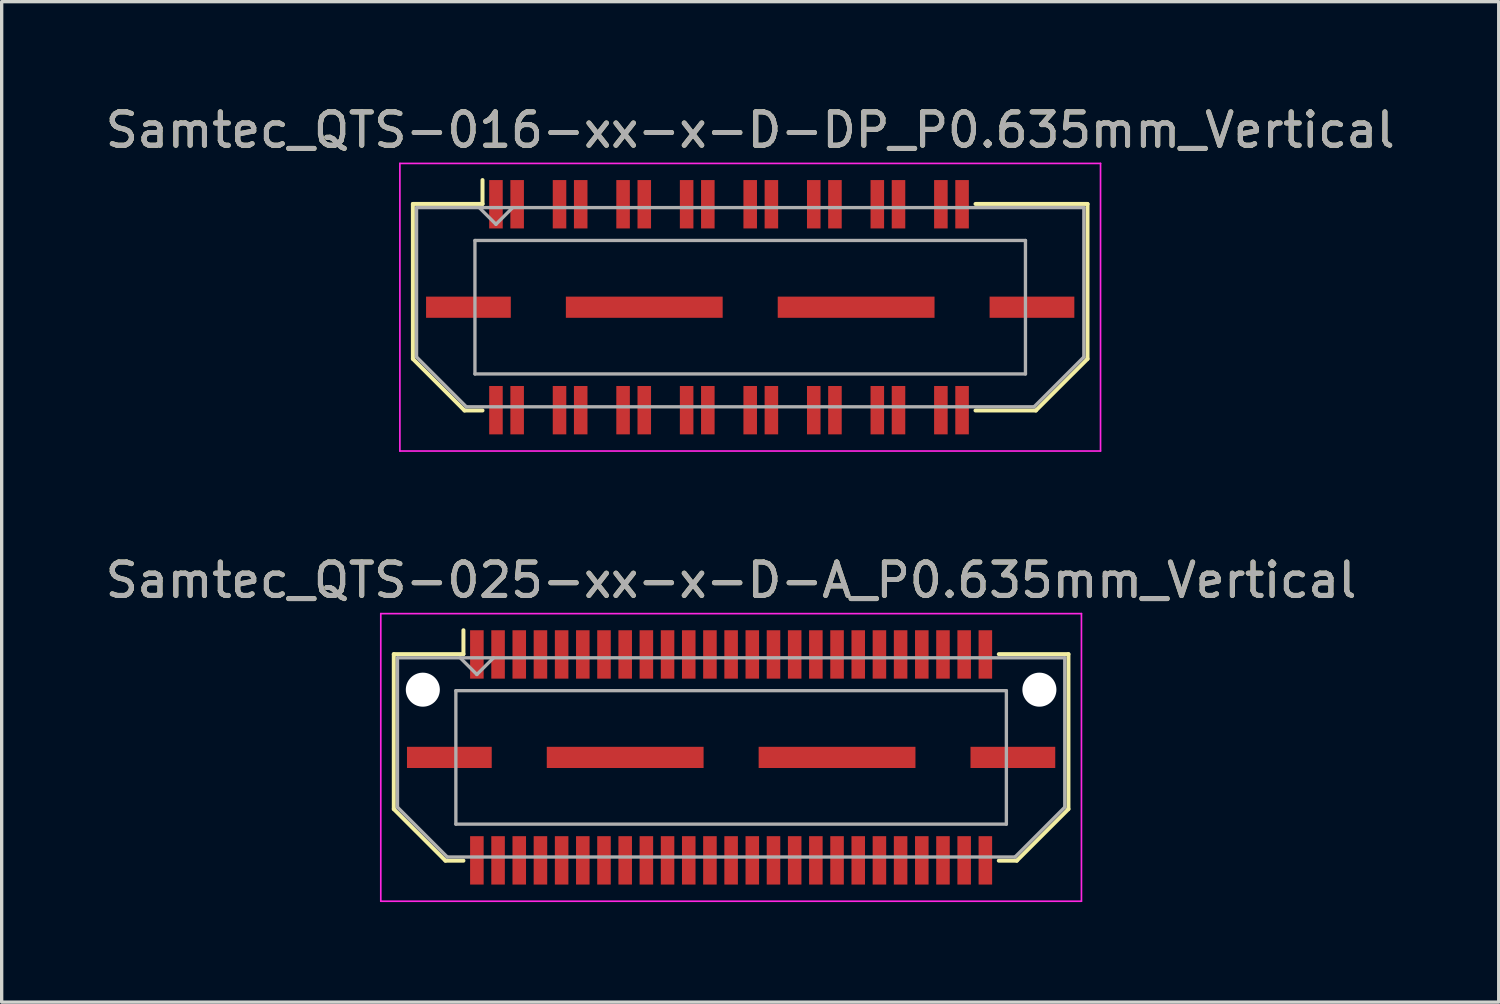
<source format=kicad_pcb>
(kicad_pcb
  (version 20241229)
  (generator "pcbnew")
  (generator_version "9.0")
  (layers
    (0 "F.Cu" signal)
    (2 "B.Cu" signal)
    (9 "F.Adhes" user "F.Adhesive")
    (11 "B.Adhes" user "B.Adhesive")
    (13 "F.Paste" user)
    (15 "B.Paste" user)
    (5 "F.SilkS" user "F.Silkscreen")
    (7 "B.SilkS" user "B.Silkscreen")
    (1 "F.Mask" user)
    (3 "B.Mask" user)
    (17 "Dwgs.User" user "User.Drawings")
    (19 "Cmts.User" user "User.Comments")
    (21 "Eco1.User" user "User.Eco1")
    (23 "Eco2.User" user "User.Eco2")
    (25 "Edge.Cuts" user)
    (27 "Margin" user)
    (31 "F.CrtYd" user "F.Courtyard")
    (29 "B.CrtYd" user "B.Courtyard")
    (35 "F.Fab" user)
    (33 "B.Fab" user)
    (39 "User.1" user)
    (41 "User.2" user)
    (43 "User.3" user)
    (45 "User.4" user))
  (footprint "Samtec_QTS-016-xx-x-D-DP_P0.635mm_Vertical"
    (layer "F.Cu")
    (at 19.435 6.158)
    (property "Reference" "Samtec_QTS-016-xx-x-D-DP_P0.635mm_Vertical" (at 0 -5.31 0) (layer "F.SilkS") (effects (font (size 1 1) (thickness 0.15))))
    (attr smd)
    (fp_line (start -10.11 -3.095) (end -10.11 1.548) (stroke (width 0.12) (type solid)) (layer "F.SilkS"))
    (fp_line (start -10.11 1.548) (end -8.562 3.095) (stroke (width 0.12) (type solid)) (layer "F.SilkS"))
    (fp_line (start -8.562 3.095) (end -8.023 3.095) (stroke (width 0.12) (type solid)) (layer "F.SilkS"))
    (fp_line (start -8.023 -3.811) (end -8.023 -3.095) (stroke (width 0.12) (type solid)) (layer "F.SilkS"))
    (fp_line (start -8.023 -3.095) (end -10.11 -3.095) (stroke (width 0.12) (type solid)) (layer "F.SilkS"))
    (fp_line (start 6.753 -3.095) (end 10.11 -3.095) (stroke (width 0.12) (type solid)) (layer "F.SilkS"))
    (fp_line (start 8.562 3.095) (end 6.753 3.095) (stroke (width 0.12) (type solid)) (layer "F.SilkS"))
    (fp_line (start 10.11 -3.095) (end 10.11 1.548) (stroke (width 0.12) (type solid)) (layer "F.SilkS"))
    (fp_line (start 10.11 1.548) (end 8.562 3.095) (stroke (width 0.12) (type solid)) (layer "F.SilkS"))
    (fp_line (start -10.5 -4.31) (end -10.5 4.31) (stroke (width 0.05) (type solid)) (layer "F.CrtYd"))
    (fp_line (start -10.5 4.31) (end 10.5 4.31) (stroke (width 0.05) (type solid)) (layer "F.CrtYd"))
    (fp_line (start 10.5 -4.31) (end -10.5 -4.31) (stroke (width 0.05) (type solid)) (layer "F.CrtYd"))
    (fp_line (start 10.5 4.31) (end 10.5 -4.31) (stroke (width 0.05) (type solid)) (layer "F.CrtYd"))
    (fp_line (start -10 -2.985) (end -10 1.492) (stroke (width 0.1) (type solid)) (layer "F.Fab"))
    (fp_line (start -10 -2.985) (end 10 -2.985) (stroke (width 0.1) (type solid)) (layer "F.Fab"))
    (fp_line (start -10 1.492) (end -8.508 2.985) (stroke (width 0.1) (type solid)) (layer "F.Fab"))
    (fp_line (start -8.508 2.985) (end 8.508 2.985) (stroke (width 0.1) (type solid)) (layer "F.Fab"))
    (fp_line (start -8.25 -2) (end -8.25 2) (stroke (width 0.1) (type solid)) (layer "F.Fab"))
    (fp_line (start -8.25 2) (end 8.25 2) (stroke (width 0.1) (type solid)) (layer "F.Fab"))
    (fp_line (start -7.62 -2.485) (end -8.12 -2.985) (stroke (width 0.1) (type solid)) (layer "F.Fab"))
    (fp_line (start -7.12 -2.985) (end -7.62 -2.485) (stroke (width 0.1) (type solid)) (layer "F.Fab"))
    (fp_line (start 8.25 -2) (end -8.25 -2) (stroke (width 0.1) (type solid)) (layer "F.Fab"))
    (fp_line (start 8.25 2) (end 8.25 -2) (stroke (width 0.1) (type solid)) (layer "F.Fab"))
    (fp_line (start 10 -2.985) (end 10 1.492) (stroke (width 0.1) (type solid)) (layer "F.Fab"))
    (fp_line (start 10 1.492) (end 8.508 2.985) (stroke (width 0.1) (type solid)) (layer "F.Fab"))
    (fp_text user "${REFERENCE}" (at 0 -5.31 0) (layer "F.Fab") (effects (font (size 1 1) (thickness 0.15))))
    (pad "1" smd rect (at -7.62 -3.086) (size 0.406 1.45) (layers "F.Cu" "F.Mask" "F.Paste"))
    (pad "2" smd rect (at -7.62 3.086) (size 0.406 1.45) (layers "F.Cu" "F.Mask" "F.Paste"))
    (pad "3" smd rect (at -6.985 -3.086) (size 0.406 1.45) (layers "F.Cu" "F.Mask" "F.Paste"))
    (pad "4" smd rect (at -6.985 3.086) (size 0.406 1.45) (layers "F.Cu" "F.Mask" "F.Paste"))
    (pad "5" smd rect (at -5.715 -3.086) (size 0.406 1.45) (layers "F.Cu" "F.Mask" "F.Paste"))
    (pad "6" smd rect (at -5.715 3.086) (size 0.406 1.45) (layers "F.Cu" "F.Mask" "F.Paste"))
    (pad "7" smd rect (at -5.08 -3.086) (size 0.406 1.45) (layers "F.Cu" "F.Mask" "F.Paste"))
    (pad "8" smd rect (at -5.08 3.086) (size 0.406 1.45) (layers "F.Cu" "F.Mask" "F.Paste"))
    (pad "9" smd rect (at -3.81 -3.086) (size 0.406 1.45) (layers "F.Cu" "F.Mask" "F.Paste"))
    (pad "10" smd rect (at -3.81 3.086) (size 0.406 1.45) (layers "F.Cu" "F.Mask" "F.Paste"))
    (pad "11" smd rect (at -3.175 -3.086) (size 0.406 1.45) (layers "F.Cu" "F.Mask" "F.Paste"))
    (pad "12" smd rect (at -3.175 3.086) (size 0.406 1.45) (layers "F.Cu" "F.Mask" "F.Paste"))
    (pad "13" smd rect (at -1.905 -3.086) (size 0.406 1.45) (layers "F.Cu" "F.Mask" "F.Paste"))
    (pad "14" smd rect (at -1.905 3.086) (size 0.406 1.45) (layers "F.Cu" "F.Mask" "F.Paste"))
    (pad "15" smd rect (at -1.27 -3.086) (size 0.406 1.45) (layers "F.Cu" "F.Mask" "F.Paste"))
    (pad "16" smd rect (at -1.27 3.086) (size 0.406 1.45) (layers "F.Cu" "F.Mask" "F.Paste"))
    (pad "17" smd rect (at 0 -3.086) (size 0.406 1.45) (layers "F.Cu" "F.Mask" "F.Paste"))
    (pad "18" smd rect (at 0 3.086) (size 0.406 1.45) (layers "F.Cu" "F.Mask" "F.Paste"))
    (pad "19" smd rect (at 0.635 -3.086) (size 0.406 1.45) (layers "F.Cu" "F.Mask" "F.Paste"))
    (pad "20" smd rect (at 0.635 3.086) (size 0.406 1.45) (layers "F.Cu" "F.Mask" "F.Paste"))
    (pad "21" smd rect (at 1.905 -3.086) (size 0.406 1.45) (layers "F.Cu" "F.Mask" "F.Paste"))
    (pad "22" smd rect (at 1.905 3.086) (size 0.406 1.45) (layers "F.Cu" "F.Mask" "F.Paste"))
    (pad "23" smd rect (at 2.54 -3.086) (size 0.406 1.45) (layers "F.Cu" "F.Mask" "F.Paste"))
    (pad "24" smd rect (at 2.54 3.086) (size 0.406 1.45) (layers "F.Cu" "F.Mask" "F.Paste"))
    (pad "25" smd rect (at 3.81 -3.086) (size 0.406 1.45) (layers "F.Cu" "F.Mask" "F.Paste"))
    (pad "26" smd rect (at 3.81 3.086) (size 0.406 1.45) (layers "F.Cu" "F.Mask" "F.Paste"))
    (pad "27" smd rect (at 4.445 -3.086) (size 0.406 1.45) (layers "F.Cu" "F.Mask" "F.Paste"))
    (pad "28" smd rect (at 4.445 3.086) (size 0.406 1.45) (layers "F.Cu" "F.Mask" "F.Paste"))
    (pad "29" smd rect (at 5.715 -3.086) (size 0.406 1.45) (layers "F.Cu" "F.Mask" "F.Paste"))
    (pad "30" smd rect (at 5.715 3.086) (size 0.406 1.45) (layers "F.Cu" "F.Mask" "F.Paste"))
    (pad "31" smd rect (at 6.35 -3.086) (size 0.406 1.45) (layers "F.Cu" "F.Mask" "F.Paste"))
    (pad "32" smd rect (at 6.35 3.086) (size 0.406 1.45) (layers "F.Cu" "F.Mask" "F.Paste"))
    (pad "P1" smd rect (at -8.445 0) (size 2.54 0.635) (layers "F.Cu" "F.Mask" "F.Paste"))
    (pad "P1" smd rect (at -3.175 0) (size 4.7 0.635) (layers "F.Cu" "F.Mask" "F.Paste"))
    (pad "P1" smd rect (at 3.175 0) (size 4.7 0.635) (layers "F.Cu" "F.Mask" "F.Paste"))
    (pad "P1" smd rect (at 8.445 0) (size 2.54 0.635) (layers "F.Cu" "F.Mask" "F.Paste")))
  (footprint "Samtec_QTS-025-xx-x-D-A_P0.635mm_Vertical"
    (layer "F.Cu")
    (at 18.863 19.651)
    (property "Reference" "Samtec_QTS-025-xx-x-D-A_P0.635mm_Vertical" (at 0 -5.31 0) (layer "F.SilkS") (effects (font (size 1 1) (thickness 0.15))))
    (attr smd)
    (fp_line (start -10.11 -3.095) (end -10.11 1.548) (stroke (width 0.12) (type solid)) (layer "F.SilkS"))
    (fp_line (start -10.11 1.548) (end -8.562 3.095) (stroke (width 0.12) (type solid)) (layer "F.SilkS"))
    (fp_line (start -8.562 3.095) (end -8.023 3.095) (stroke (width 0.12) (type solid)) (layer "F.SilkS"))
    (fp_line (start -8.023 -3.811) (end -8.023 -3.095) (stroke (width 0.12) (type solid)) (layer "F.SilkS"))
    (fp_line (start -8.023 -3.095) (end -10.11 -3.095) (stroke (width 0.12) (type solid)) (layer "F.SilkS"))
    (fp_line (start 8.023 -3.095) (end 10.11 -3.095) (stroke (width 0.12) (type solid)) (layer "F.SilkS"))
    (fp_line (start 8.562 3.095) (end 8.023 3.095) (stroke (width 0.12) (type solid)) (layer "F.SilkS"))
    (fp_line (start 10.11 -3.095) (end 10.11 1.548) (stroke (width 0.12) (type solid)) (layer "F.SilkS"))
    (fp_line (start 10.11 1.548) (end 8.562 3.095) (stroke (width 0.12) (type solid)) (layer "F.SilkS"))
    (fp_line (start -10.5 -4.31) (end -10.5 4.31) (stroke (width 0.05) (type solid)) (layer "F.CrtYd"))
    (fp_line (start -10.5 4.31) (end 10.5 4.31) (stroke (width 0.05) (type solid)) (layer "F.CrtYd"))
    (fp_line (start 10.5 -4.31) (end -10.5 -4.31) (stroke (width 0.05) (type solid)) (layer "F.CrtYd"))
    (fp_line (start 10.5 4.31) (end 10.5 -4.31) (stroke (width 0.05) (type solid)) (layer "F.CrtYd"))
    (fp_line (start -10 -2.985) (end -10 1.492) (stroke (width 0.1) (type solid)) (layer "F.Fab"))
    (fp_line (start -10 -2.985) (end 10 -2.985) (stroke (width 0.1) (type solid)) (layer "F.Fab"))
    (fp_line (start -10 1.492) (end -8.508 2.985) (stroke (width 0.1) (type solid)) (layer "F.Fab"))
    (fp_line (start -8.508 2.985) (end 8.508 2.985) (stroke (width 0.1) (type solid)) (layer "F.Fab"))
    (fp_line (start -8.25 -2) (end -8.25 2) (stroke (width 0.1) (type solid)) (layer "F.Fab"))
    (fp_line (start -8.25 2) (end 8.25 2) (stroke (width 0.1) (type solid)) (layer "F.Fab"))
    (fp_line (start -7.62 -2.485) (end -8.12 -2.985) (stroke (width 0.1) (type solid)) (layer "F.Fab"))
    (fp_line (start -7.12 -2.985) (end -7.62 -2.485) (stroke (width 0.1) (type solid)) (layer "F.Fab"))
    (fp_line (start 8.25 -2) (end -8.25 -2) (stroke (width 0.1) (type solid)) (layer "F.Fab"))
    (fp_line (start 8.25 2) (end 8.25 -2) (stroke (width 0.1) (type solid)) (layer "F.Fab"))
    (fp_line (start 10 -2.985) (end 10 1.492) (stroke (width 0.1) (type solid)) (layer "F.Fab"))
    (fp_line (start 10 1.492) (end 8.508 2.985) (stroke (width 0.1) (type solid)) (layer "F.Fab"))
    (fp_text user "${REFERENCE}" (at 0 -5.31 0) (layer "F.Fab") (effects (font (size 1 1) (thickness 0.15))))
    (pad "" np_thru_hole circle (at -9.24 -2.03) (size 1.02 1.02) (drill 1.02) (layers "*.Cu" "*.Mask"))
    (pad "" np_thru_hole circle (at 9.24 -2.03) (size 1.02 1.02) (drill 1.02) (layers "*.Cu" "*.Mask"))
    (pad "1" smd rect (at -7.62 -3.086) (size 0.406 1.45) (layers "F.Cu" "F.Mask" "F.Paste"))
    (pad "2" smd rect (at -7.62 3.086) (size 0.406 1.45) (layers "F.Cu" "F.Mask" "F.Paste"))
    (pad "3" smd rect (at -6.985 -3.086) (size 0.406 1.45) (layers "F.Cu" "F.Mask" "F.Paste"))
    (pad "4" smd rect (at -6.985 3.086) (size 0.406 1.45) (layers "F.Cu" "F.Mask" "F.Paste"))
    (pad "5" smd rect (at -6.35 -3.086) (size 0.406 1.45) (layers "F.Cu" "F.Mask" "F.Paste"))
    (pad "6" smd rect (at -6.35 3.086) (size 0.406 1.45) (layers "F.Cu" "F.Mask" "F.Paste"))
    (pad "7" smd rect (at -5.715 -3.086) (size 0.406 1.45) (layers "F.Cu" "F.Mask" "F.Paste"))
    (pad "8" smd rect (at -5.715 3.086) (size 0.406 1.45) (layers "F.Cu" "F.Mask" "F.Paste"))
    (pad "9" smd rect (at -5.08 -3.086) (size 0.406 1.45) (layers "F.Cu" "F.Mask" "F.Paste"))
    (pad "10" smd rect (at -5.08 3.086) (size 0.406 1.45) (layers "F.Cu" "F.Mask" "F.Paste"))
    (pad "11" smd rect (at -4.445 -3.086) (size 0.406 1.45) (layers "F.Cu" "F.Mask" "F.Paste"))
    (pad "12" smd rect (at -4.445 3.086) (size 0.406 1.45) (layers "F.Cu" "F.Mask" "F.Paste"))
    (pad "13" smd rect (at -3.81 -3.086) (size 0.406 1.45) (layers "F.Cu" "F.Mask" "F.Paste"))
    (pad "14" smd rect (at -3.81 3.086) (size 0.406 1.45) (layers "F.Cu" "F.Mask" "F.Paste"))
    (pad "15" smd rect (at -3.175 -3.086) (size 0.406 1.45) (layers "F.Cu" "F.Mask" "F.Paste"))
    (pad "16" smd rect (at -3.175 3.086) (size 0.406 1.45) (layers "F.Cu" "F.Mask" "F.Paste"))
    (pad "17" smd rect (at -2.54 -3.086) (size 0.406 1.45) (layers "F.Cu" "F.Mask" "F.Paste"))
    (pad "18" smd rect (at -2.54 3.086) (size 0.406 1.45) (layers "F.Cu" "F.Mask" "F.Paste"))
    (pad "19" smd rect (at -1.905 -3.086) (size 0.406 1.45) (layers "F.Cu" "F.Mask" "F.Paste"))
    (pad "20" smd rect (at -1.905 3.086) (size 0.406 1.45) (layers "F.Cu" "F.Mask" "F.Paste"))
    (pad "21" smd rect (at -1.27 -3.086) (size 0.406 1.45) (layers "F.Cu" "F.Mask" "F.Paste"))
    (pad "22" smd rect (at -1.27 3.086) (size 0.406 1.45) (layers "F.Cu" "F.Mask" "F.Paste"))
    (pad "23" smd rect (at -0.635 -3.086) (size 0.406 1.45) (layers "F.Cu" "F.Mask" "F.Paste"))
    (pad "24" smd rect (at -0.635 3.086) (size 0.406 1.45) (layers "F.Cu" "F.Mask" "F.Paste"))
    (pad "25" smd rect (at 0 -3.086) (size 0.406 1.45) (layers "F.Cu" "F.Mask" "F.Paste"))
    (pad "26" smd rect (at 0 3.086) (size 0.406 1.45) (layers "F.Cu" "F.Mask" "F.Paste"))
    (pad "27" smd rect (at 0.635 -3.086) (size 0.406 1.45) (layers "F.Cu" "F.Mask" "F.Paste"))
    (pad "28" smd rect (at 0.635 3.086) (size 0.406 1.45) (layers "F.Cu" "F.Mask" "F.Paste"))
    (pad "29" smd rect (at 1.27 -3.086) (size 0.406 1.45) (layers "F.Cu" "F.Mask" "F.Paste"))
    (pad "30" smd rect (at 1.27 3.086) (size 0.406 1.45) (layers "F.Cu" "F.Mask" "F.Paste"))
    (pad "31" smd rect (at 1.905 -3.086) (size 0.406 1.45) (layers "F.Cu" "F.Mask" "F.Paste"))
    (pad "32" smd rect (at 1.905 3.086) (size 0.406 1.45) (layers "F.Cu" "F.Mask" "F.Paste"))
    (pad "33" smd rect (at 2.54 -3.086) (size 0.406 1.45) (layers "F.Cu" "F.Mask" "F.Paste"))
    (pad "34" smd rect (at 2.54 3.086) (size 0.406 1.45) (layers "F.Cu" "F.Mask" "F.Paste"))
    (pad "35" smd rect (at 3.175 -3.086) (size 0.406 1.45) (layers "F.Cu" "F.Mask" "F.Paste"))
    (pad "36" smd rect (at 3.175 3.086) (size 0.406 1.45) (layers "F.Cu" "F.Mask" "F.Paste"))
    (pad "37" smd rect (at 3.81 -3.086) (size 0.406 1.45) (layers "F.Cu" "F.Mask" "F.Paste"))
    (pad "38" smd rect (at 3.81 3.086) (size 0.406 1.45) (layers "F.Cu" "F.Mask" "F.Paste"))
    (pad "39" smd rect (at 4.445 -3.086) (size 0.406 1.45) (layers "F.Cu" "F.Mask" "F.Paste"))
    (pad "40" smd rect (at 4.445 3.086) (size 0.406 1.45) (layers "F.Cu" "F.Mask" "F.Paste"))
    (pad "41" smd rect (at 5.08 -3.086) (size 0.406 1.45) (layers "F.Cu" "F.Mask" "F.Paste"))
    (pad "42" smd rect (at 5.08 3.086) (size 0.406 1.45) (layers "F.Cu" "F.Mask" "F.Paste"))
    (pad "43" smd rect (at 5.715 -3.086) (size 0.406 1.45) (layers "F.Cu" "F.Mask" "F.Paste"))
    (pad "44" smd rect (at 5.715 3.086) (size 0.406 1.45) (layers "F.Cu" "F.Mask" "F.Paste"))
    (pad "45" smd rect (at 6.35 -3.086) (size 0.406 1.45) (layers "F.Cu" "F.Mask" "F.Paste"))
    (pad "46" smd rect (at 6.35 3.086) (size 0.406 1.45) (layers "F.Cu" "F.Mask" "F.Paste"))
    (pad "47" smd rect (at 6.985 -3.086) (size 0.406 1.45) (layers "F.Cu" "F.Mask" "F.Paste"))
    (pad "48" smd rect (at 6.985 3.086) (size 0.406 1.45) (layers "F.Cu" "F.Mask" "F.Paste"))
    (pad "49" smd rect (at 7.62 -3.086) (size 0.406 1.45) (layers "F.Cu" "F.Mask" "F.Paste"))
    (pad "50" smd rect (at 7.62 3.086) (size 0.406 1.45) (layers "F.Cu" "F.Mask" "F.Paste"))
    (pad "P1" smd rect (at -8.445 0) (size 2.54 0.635) (layers "F.Cu" "F.Mask" "F.Paste"))
    (pad "P1" smd rect (at -3.175 0) (size 4.7 0.635) (layers "F.Cu" "F.Mask" "F.Paste"))
    (pad "P1" smd rect (at 3.175 0) (size 4.7 0.635) (layers "F.Cu" "F.Mask" "F.Paste"))
    (pad "P1" smd rect (at 8.445 0) (size 2.54 0.635) (layers "F.Cu" "F.Mask" "F.Paste")))
  (gr_rect
    (start -3 -3)
    (end 41.869 26.986)
    (stroke (width 0.1) (type default))
    (fill no)
    (layer "Edge.Cuts")))
</source>
